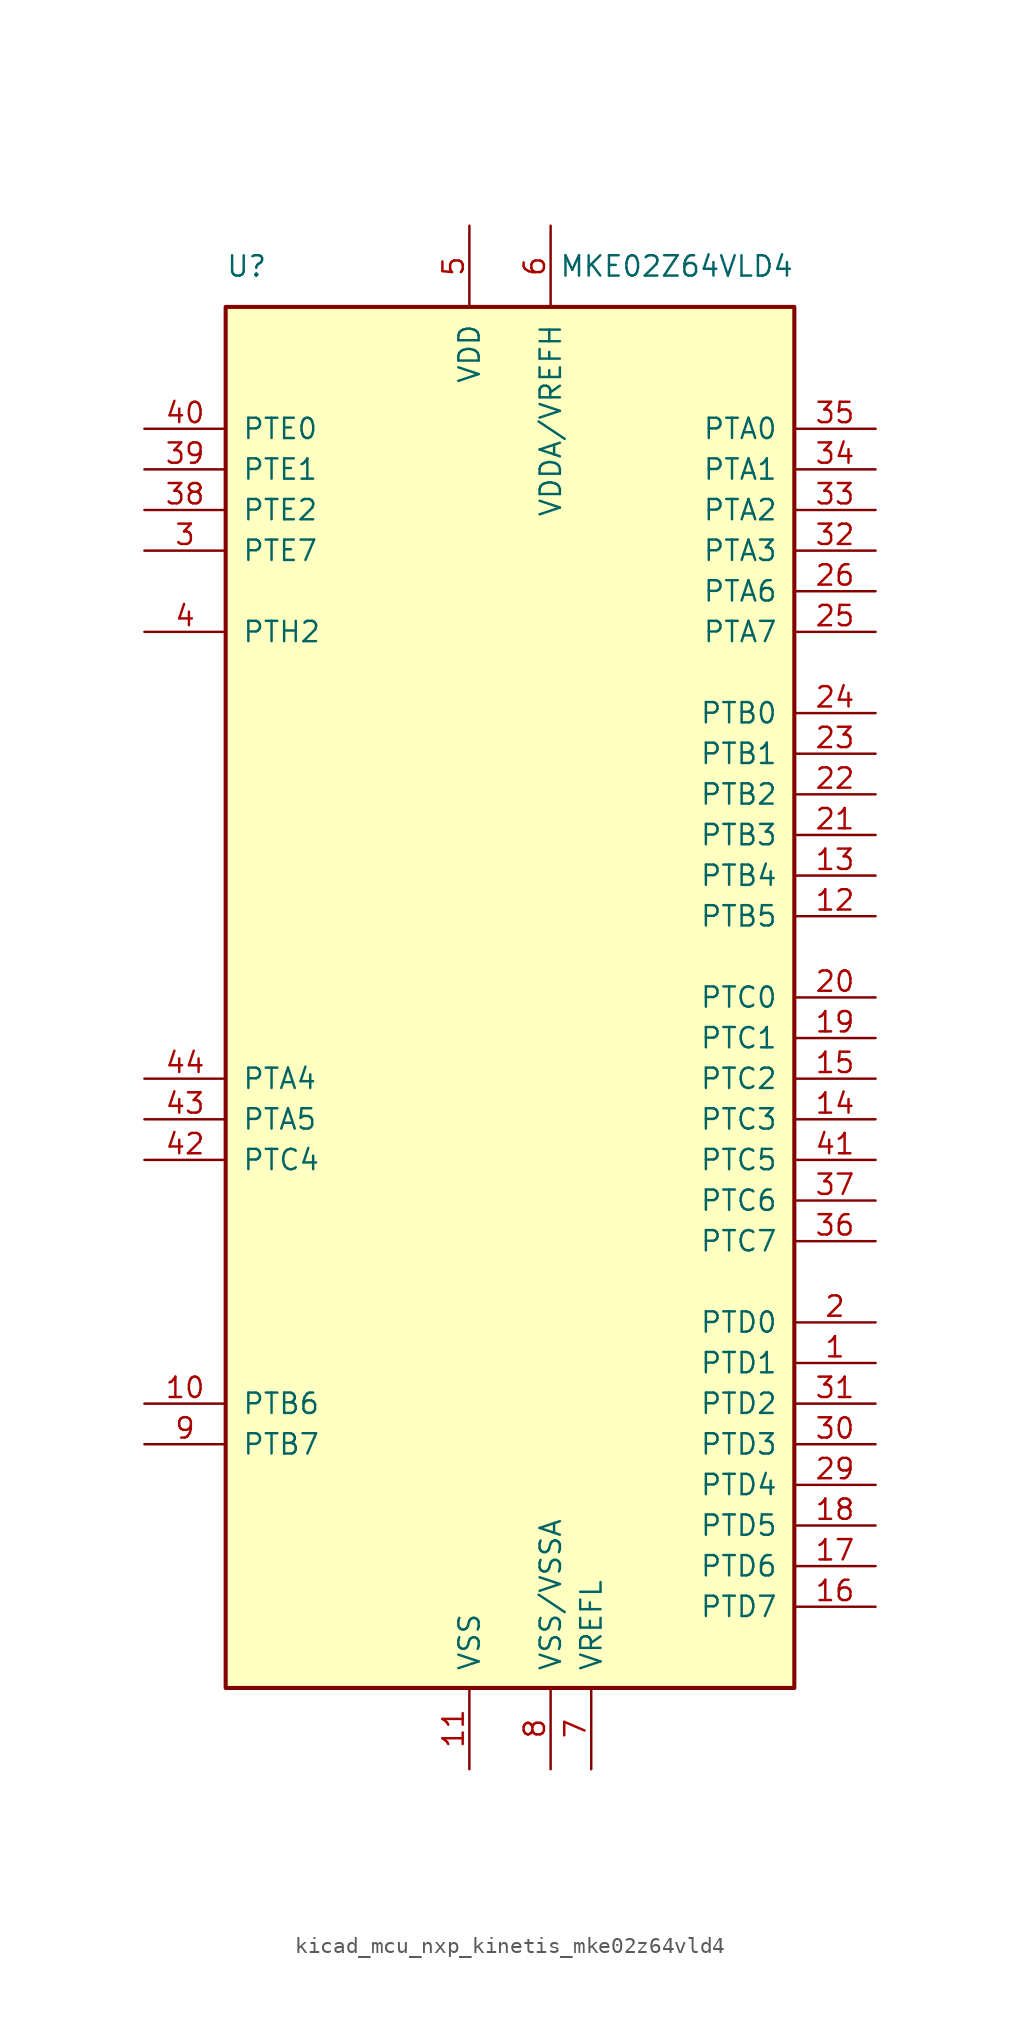
<source format=kicad_sym>
(kicad_symbol_lib
  (version 20220914)
  (generator kicad_symbol_editor)
  (symbol "kicad_mcu_nxp_kinetis_mke02z64vld4"
    (pin_names
      (offset 1.016))
    (property "Reference" "U"
      (at -17.78 45.72 0)
      (effects (font (size 1.27 1.27)) (justify left)))
    (property "Value" "MKE02Z64VLD4"
      (at 17.78 45.72 0)
      (effects (font (size 1.27 1.27)) (justify right)))
    (symbol "kicad_mcu_nxp_kinetis_mke02z64vld4_0_1"
      (rectangle (start -17.78 43.18) (end 17.78 -43.18) (stroke (width 0.254) (type default)) (fill (type background))))
    (symbol "kicad_mcu_nxp_kinetis_mke02z64vld4_1_1"
      (pin bidirectional line (at 22.86 -22.86 180) (length 5.08) (name "PTD1" (effects (font (size 1.27 1.27)))) (number "1" (effects (font (size 1.27 1.27)))))
      (pin bidirectional line (at -22.86 -25.4 0) (length 5.08) (name "PTB6" (effects (font (size 1.27 1.27)))) (number "10" (effects (font (size 1.27 1.27)))))
      (pin power_in line (at -2.54 -48.26 90) (length 5.08) (name "VSS" (effects (font (size 1.27 1.27)))) (number "11" (effects (font (size 1.27 1.27)))))
      (pin bidirectional line (at 22.86 5.08 180) (length 5.08) (name "PTB5" (effects (font (size 1.27 1.27)))) (number "12" (effects (font (size 1.27 1.27)))))
      (pin bidirectional line (at 22.86 7.62 180) (length 5.08) (name "PTB4" (effects (font (size 1.27 1.27)))) (number "13" (effects (font (size 1.27 1.27)))))
      (pin bidirectional line (at 22.86 -7.62 180) (length 5.08) (name "PTC3" (effects (font (size 1.27 1.27)))) (number "14" (effects (font (size 1.27 1.27)))))
      (pin bidirectional line (at 22.86 -5.08 180) (length 5.08) (name "PTC2" (effects (font (size 1.27 1.27)))) (number "15" (effects (font (size 1.27 1.27)))))
      (pin bidirectional line (at 22.86 -38.1 180) (length 5.08) (name "PTD7" (effects (font (size 1.27 1.27)))) (number "16" (effects (font (size 1.27 1.27)))))
      (pin bidirectional line (at 22.86 -35.56 180) (length 5.08) (name "PTD6" (effects (font (size 1.27 1.27)))) (number "17" (effects (font (size 1.27 1.27)))))
      (pin bidirectional line (at 22.86 -33.02 180) (length 5.08) (name "PTD5" (effects (font (size 1.27 1.27)))) (number "18" (effects (font (size 1.27 1.27)))))
      (pin bidirectional line (at 22.86 -2.54 180) (length 5.08) (name "PTC1" (effects (font (size 1.27 1.27)))) (number "19" (effects (font (size 1.27 1.27)))))
      (pin bidirectional line (at 22.86 -20.32 180) (length 5.08) (name "PTD0" (effects (font (size 1.27 1.27)))) (number "2" (effects (font (size 1.27 1.27)))))
      (pin bidirectional line (at 22.86 0 180) (length 5.08) (name "PTC0" (effects (font (size 1.27 1.27)))) (number "20" (effects (font (size 1.27 1.27)))))
      (pin bidirectional line (at 22.86 10.16 180) (length 5.08) (name "PTB3" (effects (font (size 1.27 1.27)))) (number "21" (effects (font (size 1.27 1.27)))))
      (pin bidirectional line (at 22.86 12.7 180) (length 5.08) (name "PTB2" (effects (font (size 1.27 1.27)))) (number "22" (effects (font (size 1.27 1.27)))))
      (pin bidirectional line (at 22.86 15.24 180) (length 5.08) (name "PTB1" (effects (font (size 1.27 1.27)))) (number "23" (effects (font (size 1.27 1.27)))))
      (pin bidirectional line (at 22.86 17.78 180) (length 5.08) (name "PTB0" (effects (font (size 1.27 1.27)))) (number "24" (effects (font (size 1.27 1.27)))))
      (pin bidirectional line (at 22.86 22.86 180) (length 5.08) (name "PTA7" (effects (font (size 1.27 1.27)))) (number "25" (effects (font (size 1.27 1.27)))))
      (pin bidirectional line (at 22.86 25.4 180) (length 5.08) (name "PTA6" (effects (font (size 1.27 1.27)))) (number "26" (effects (font (size 1.27 1.27)))))
      (pin passive line (at -2.54 -48.26 90) (length 5.08) hide (name "VSS" (effects (font (size 1.27 1.27)))) (number "27" (effects (font (size 1.27 1.27)))))
      (pin passive line (at -2.54 48.26 270) (length 5.08) hide (name "VDD" (effects (font (size 1.27 1.27)))) (number "28" (effects (font (size 1.27 1.27)))))
      (pin bidirectional line (at 22.86 -30.48 180) (length 5.08) (name "PTD4" (effects (font (size 1.27 1.27)))) (number "29" (effects (font (size 1.27 1.27)))))
      (pin bidirectional line (at -22.86 27.94 0) (length 5.08) (name "PTE7" (effects (font (size 1.27 1.27)))) (number "3" (effects (font (size 1.27 1.27)))))
      (pin bidirectional line (at 22.86 -27.94 180) (length 5.08) (name "PTD3" (effects (font (size 1.27 1.27)))) (number "30" (effects (font (size 1.27 1.27)))))
      (pin bidirectional line (at 22.86 -25.4 180) (length 5.08) (name "PTD2" (effects (font (size 1.27 1.27)))) (number "31" (effects (font (size 1.27 1.27)))))
      (pin bidirectional line (at 22.86 27.94 180) (length 5.08) (name "PTA3" (effects (font (size 1.27 1.27)))) (number "32" (effects (font (size 1.27 1.27)))))
      (pin bidirectional line (at 22.86 30.48 180) (length 5.08) (name "PTA2" (effects (font (size 1.27 1.27)))) (number "33" (effects (font (size 1.27 1.27)))))
      (pin bidirectional line (at 22.86 33.02 180) (length 5.08) (name "PTA1" (effects (font (size 1.27 1.27)))) (number "34" (effects (font (size 1.27 1.27)))))
      (pin bidirectional line (at 22.86 35.56 180) (length 5.08) (name "PTA0" (effects (font (size 1.27 1.27)))) (number "35" (effects (font (size 1.27 1.27)))))
      (pin bidirectional line (at 22.86 -15.24 180) (length 5.08) (name "PTC7" (effects (font (size 1.27 1.27)))) (number "36" (effects (font (size 1.27 1.27)))))
      (pin bidirectional line (at 22.86 -12.7 180) (length 5.08) (name "PTC6" (effects (font (size 1.27 1.27)))) (number "37" (effects (font (size 1.27 1.27)))))
      (pin bidirectional line (at -22.86 30.48 0) (length 5.08) (name "PTE2" (effects (font (size 1.27 1.27)))) (number "38" (effects (font (size 1.27 1.27)))))
      (pin bidirectional line (at -22.86 33.02 0) (length 5.08) (name "PTE1" (effects (font (size 1.27 1.27)))) (number "39" (effects (font (size 1.27 1.27)))))
      (pin bidirectional line (at -22.86 22.86 0) (length 5.08) (name "PTH2" (effects (font (size 1.27 1.27)))) (number "4" (effects (font (size 1.27 1.27)))))
      (pin bidirectional line (at -22.86 35.56 0) (length 5.08) (name "PTE0" (effects (font (size 1.27 1.27)))) (number "40" (effects (font (size 1.27 1.27)))))
      (pin bidirectional line (at 22.86 -10.16 180) (length 5.08) (name "PTC5" (effects (font (size 1.27 1.27)))) (number "41" (effects (font (size 1.27 1.27)))))
      (pin bidirectional line (at -22.86 -10.16 0) (length 5.08) (name "PTC4" (effects (font (size 1.27 1.27)))) (number "42" (effects (font (size 1.27 1.27)))))
      (pin bidirectional line (at -22.86 -7.62 0) (length 5.08) (name "PTA5" (effects (font (size 1.27 1.27)))) (number "43" (effects (font (size 1.27 1.27)))))
      (pin bidirectional line (at -22.86 -5.08 0) (length 5.08) (name "PTA4" (effects (font (size 1.27 1.27)))) (number "44" (effects (font (size 1.27 1.27)))))
      (pin power_in line (at -2.54 48.26 270) (length 5.08) (name "VDD" (effects (font (size 1.27 1.27)))) (number "5" (effects (font (size 1.27 1.27)))))
      (pin power_in line (at 2.54 48.26 270) (length 5.08) (name "VDDA/VREFH" (effects (font (size 1.27 1.27)))) (number "6" (effects (font (size 1.27 1.27)))))
      (pin power_in line (at 5.08 -48.26 90) (length 5.08) (name "VREFL" (effects (font (size 1.27 1.27)))) (number "7" (effects (font (size 1.27 1.27)))))
      (pin power_in line (at 2.54 -48.26 90) (length 5.08) (name "VSS/VSSA" (effects (font (size 1.27 1.27)))) (number "8" (effects (font (size 1.27 1.27)))))
      (pin bidirectional line (at -22.86 -27.94 0) (length 5.08) (name "PTB7" (effects (font (size 1.27 1.27)))) (number "9" (effects (font (size 1.27 1.27))))))))
</source>
